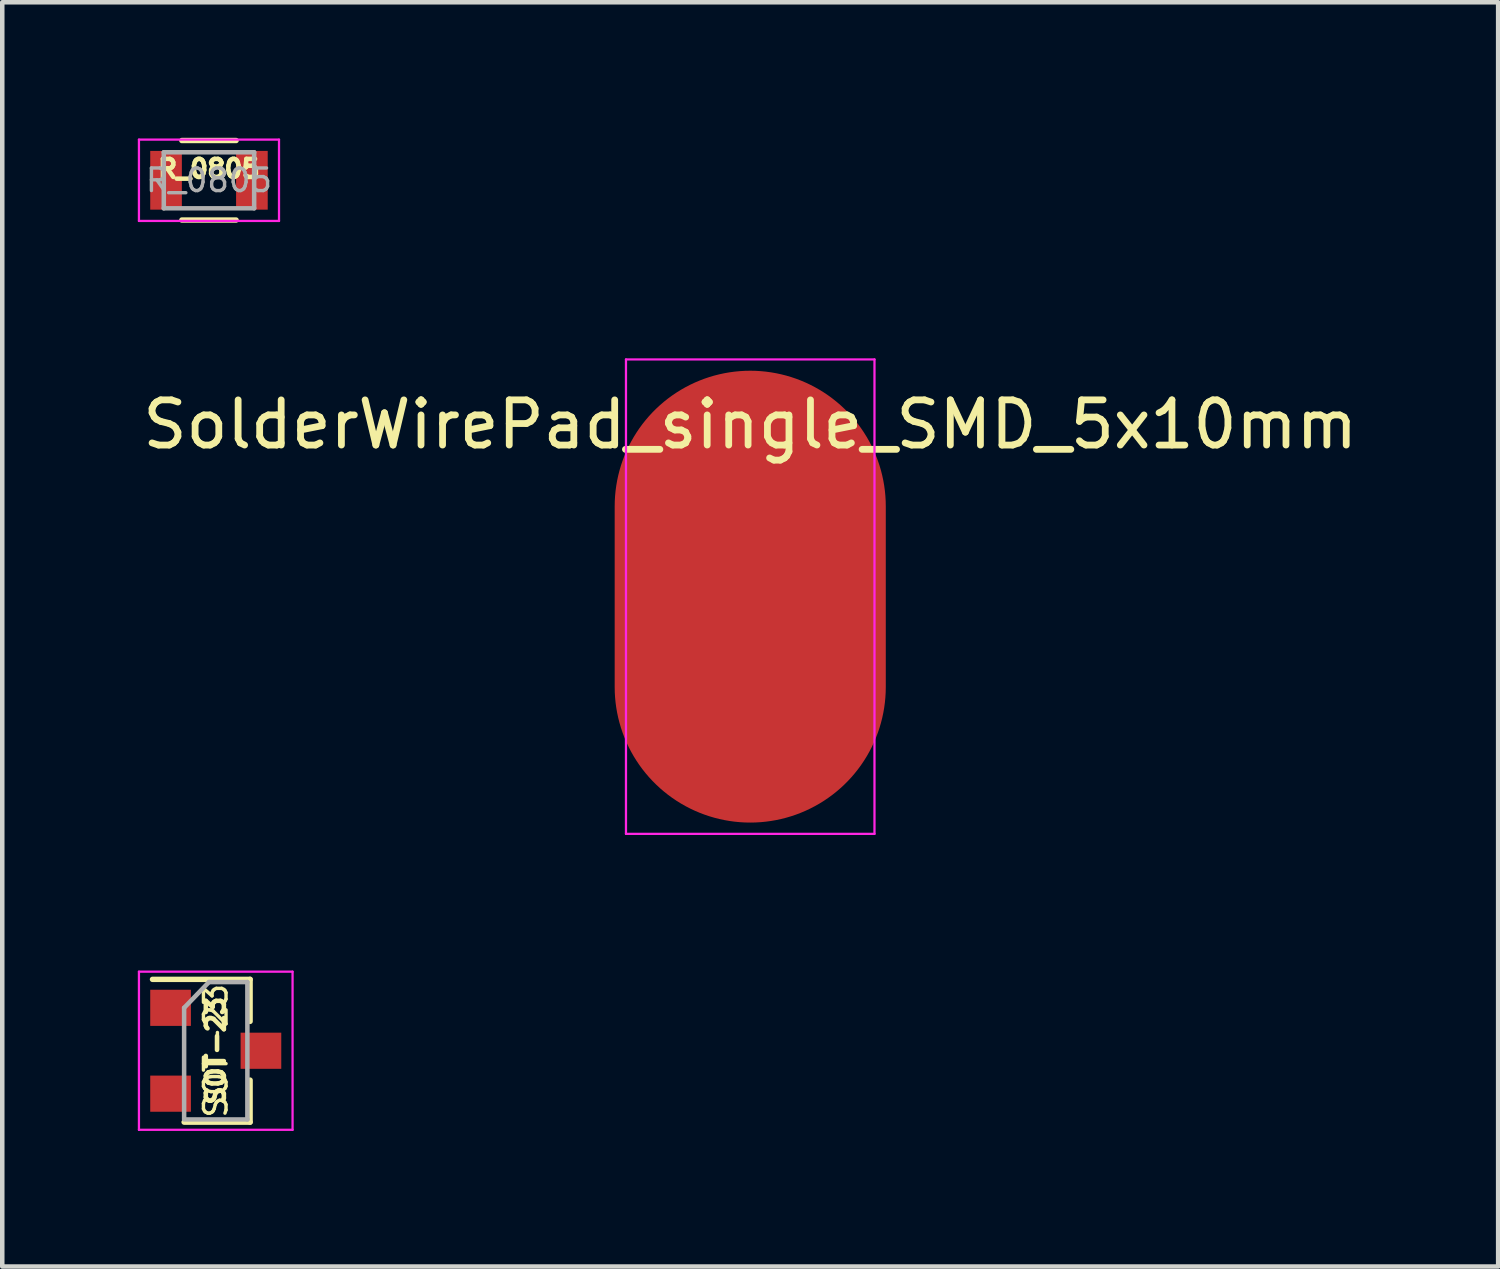
<source format=kicad_pcb>
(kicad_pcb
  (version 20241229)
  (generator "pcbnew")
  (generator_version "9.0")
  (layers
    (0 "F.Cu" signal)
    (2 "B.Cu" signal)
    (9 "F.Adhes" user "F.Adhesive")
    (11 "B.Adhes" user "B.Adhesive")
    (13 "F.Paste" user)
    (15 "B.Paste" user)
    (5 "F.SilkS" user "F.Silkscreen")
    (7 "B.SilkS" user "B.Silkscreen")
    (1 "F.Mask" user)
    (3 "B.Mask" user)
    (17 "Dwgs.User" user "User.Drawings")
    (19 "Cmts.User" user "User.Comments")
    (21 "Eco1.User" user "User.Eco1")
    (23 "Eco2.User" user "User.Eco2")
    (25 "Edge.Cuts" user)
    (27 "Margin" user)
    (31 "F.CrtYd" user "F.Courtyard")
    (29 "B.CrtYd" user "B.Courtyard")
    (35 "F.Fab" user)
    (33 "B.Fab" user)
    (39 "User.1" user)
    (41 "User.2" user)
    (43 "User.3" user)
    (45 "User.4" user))
  (footprint "R_0805"
    (layer "F.Cu")
    (at 1.575 0.94)
    (property "Reference" "R_0805" (at 0 -0.254 0) (layer "F.SilkS") (effects (font (size 0.4 0.4) (thickness 0.1))))
    (attr smd)
    (fp_line (start -0.6 -0.88) (end 0.6 -0.88) (stroke (width 0.12) (type solid)) (layer "F.SilkS"))
    (fp_line (start 0.6 0.88) (end -0.6 0.88) (stroke (width 0.12) (type solid)) (layer "F.SilkS"))
    (fp_line (start -1.55 -0.9) (end -1.55 0.9) (stroke (width 0.05) (type solid)) (layer "F.CrtYd"))
    (fp_line (start -1.55 -0.9) (end 1.55 -0.9) (stroke (width 0.05) (type solid)) (layer "F.CrtYd"))
    (fp_line (start 1.55 0.9) (end -1.55 0.9) (stroke (width 0.05) (type solid)) (layer "F.CrtYd"))
    (fp_line (start 1.55 0.9) (end 1.55 -0.9) (stroke (width 0.05) (type solid)) (layer "F.CrtYd"))
    (fp_line (start -1 -0.62) (end 1 -0.62) (stroke (width 0.1) (type solid)) (layer "F.Fab"))
    (fp_line (start -1 0.62) (end -1 -0.62) (stroke (width 0.1) (type solid)) (layer "F.Fab"))
    (fp_line (start 1 -0.62) (end 1 0.62) (stroke (width 0.1) (type solid)) (layer "F.Fab"))
    (fp_line (start 1 0.62) (end -1 0.62) (stroke (width 0.1) (type solid)) (layer "F.Fab"))
    (fp_text user "${REFERENCE}" (at 0 0 0) (layer "F.Fab") (effects (font (size 0.5 0.5) (thickness 0.075))))
    (pad "1" smd rect (at -0.95 0) (size 0.7 1.3) (layers "F.Cu" "F.Mask" "F.Paste"))
    (pad "2" smd rect (at 0.95 0) (size 0.7 1.3) (layers "F.Cu" "F.Mask" "F.Paste")))
  (footprint "SolderWirePad_single_SMD_5x10mm"
    (layer "F.Cu")
    (at 13.554 10.155)
    (property "Reference" "SolderWirePad_single_SMD_5x10mm" (at 0 -3.81 0) (layer "F.SilkS") (effects (font (size 1 1) (thickness 0.15))))
    (attr smd)
    (fp_line (start -2.75 -5.25) (end -2.75 5.25) (stroke (width 0.05) (type solid)) (layer "F.CrtYd"))
    (fp_line (start -2.75 5.25) (end 2.75 5.25) (stroke (width 0.05) (type solid)) (layer "F.CrtYd"))
    (fp_line (start 2.75 -5.25) (end -2.75 -5.25) (stroke (width 0.05) (type solid)) (layer "F.CrtYd"))
    (fp_line (start 2.75 5.25) (end 2.75 -5.25) (stroke (width 0.05) (type solid)) (layer "F.CrtYd"))
    (pad "1" smd oval (at 0 0) (size 6 10) (layers "F.Cu" "F.Mask" "F.Paste")))
  (footprint "SOT-23"
    (layer "F.Cu")
    (at 1.725 20.205)
    (property "Reference" "SOT-23" (at 0 0 90) (layer "F.SilkS") (effects (font (size 0.4 0.4) (thickness 0.1))))
    (attr smd)
    (fp_line (start 0.76 -1.58) (end -1.4 -1.58) (stroke (width 0.12) (type solid)) (layer "F.SilkS"))
    (fp_line (start 0.76 -1.58) (end 0.76 -0.65) (stroke (width 0.12) (type solid)) (layer "F.SilkS"))
    (fp_line (start 0.76 1.58) (end -0.7 1.58) (stroke (width 0.12) (type solid)) (layer "F.SilkS"))
    (fp_line (start 0.76 1.58) (end 0.76 0.65) (stroke (width 0.12) (type solid)) (layer "F.SilkS"))
    (fp_line (start -1.7 -1.75) (end 1.7 -1.75) (stroke (width 0.05) (type solid)) (layer "F.CrtYd"))
    (fp_line (start -1.7 1.75) (end -1.7 -1.75) (stroke (width 0.05) (type solid)) (layer "F.CrtYd"))
    (fp_line (start 1.7 -1.75) (end 1.7 1.75) (stroke (width 0.05) (type solid)) (layer "F.CrtYd"))
    (fp_line (start 1.7 1.75) (end -1.7 1.75) (stroke (width 0.05) (type solid)) (layer "F.CrtYd"))
    (fp_line (start -0.7 -0.95) (end -0.7 1.5) (stroke (width 0.1) (type solid)) (layer "F.Fab"))
    (fp_line (start -0.7 -0.95) (end -0.15 -1.52) (stroke (width 0.1) (type solid)) (layer "F.Fab"))
    (fp_line (start -0.7 1.52) (end 0.7 1.52) (stroke (width 0.1) (type solid)) (layer "F.Fab"))
    (fp_line (start -0.15 -1.52) (end 0.7 -1.52) (stroke (width 0.1) (type solid)) (layer "F.Fab"))
    (fp_line (start 0.7 -1.52) (end 0.7 1.52) (stroke (width 0.1) (type solid)) (layer "F.Fab"))
    (fp_text user "${REFERENCE}" (at 0 0 90) (layer "F.SilkS") (effects (font (size 0.5 0.5) (thickness 0.075))))
    (pad "1" smd rect (at -1 -0.95) (size 0.9 0.8) (layers "F.Cu" "F.Mask" "F.Paste"))
    (pad "2" smd rect (at -1 0.95) (size 0.9 0.8) (layers "F.Cu" "F.Mask" "F.Paste"))
    (pad "3" smd rect (at 1 0) (size 0.9 0.8) (layers "F.Cu" "F.Mask" "F.Paste")))
  (gr_rect
    (start -3 -3)
    (end 30.107 24.98)
    (stroke (width 0.1) (type default))
    (fill no)
    (layer "Edge.Cuts")))
</source>
